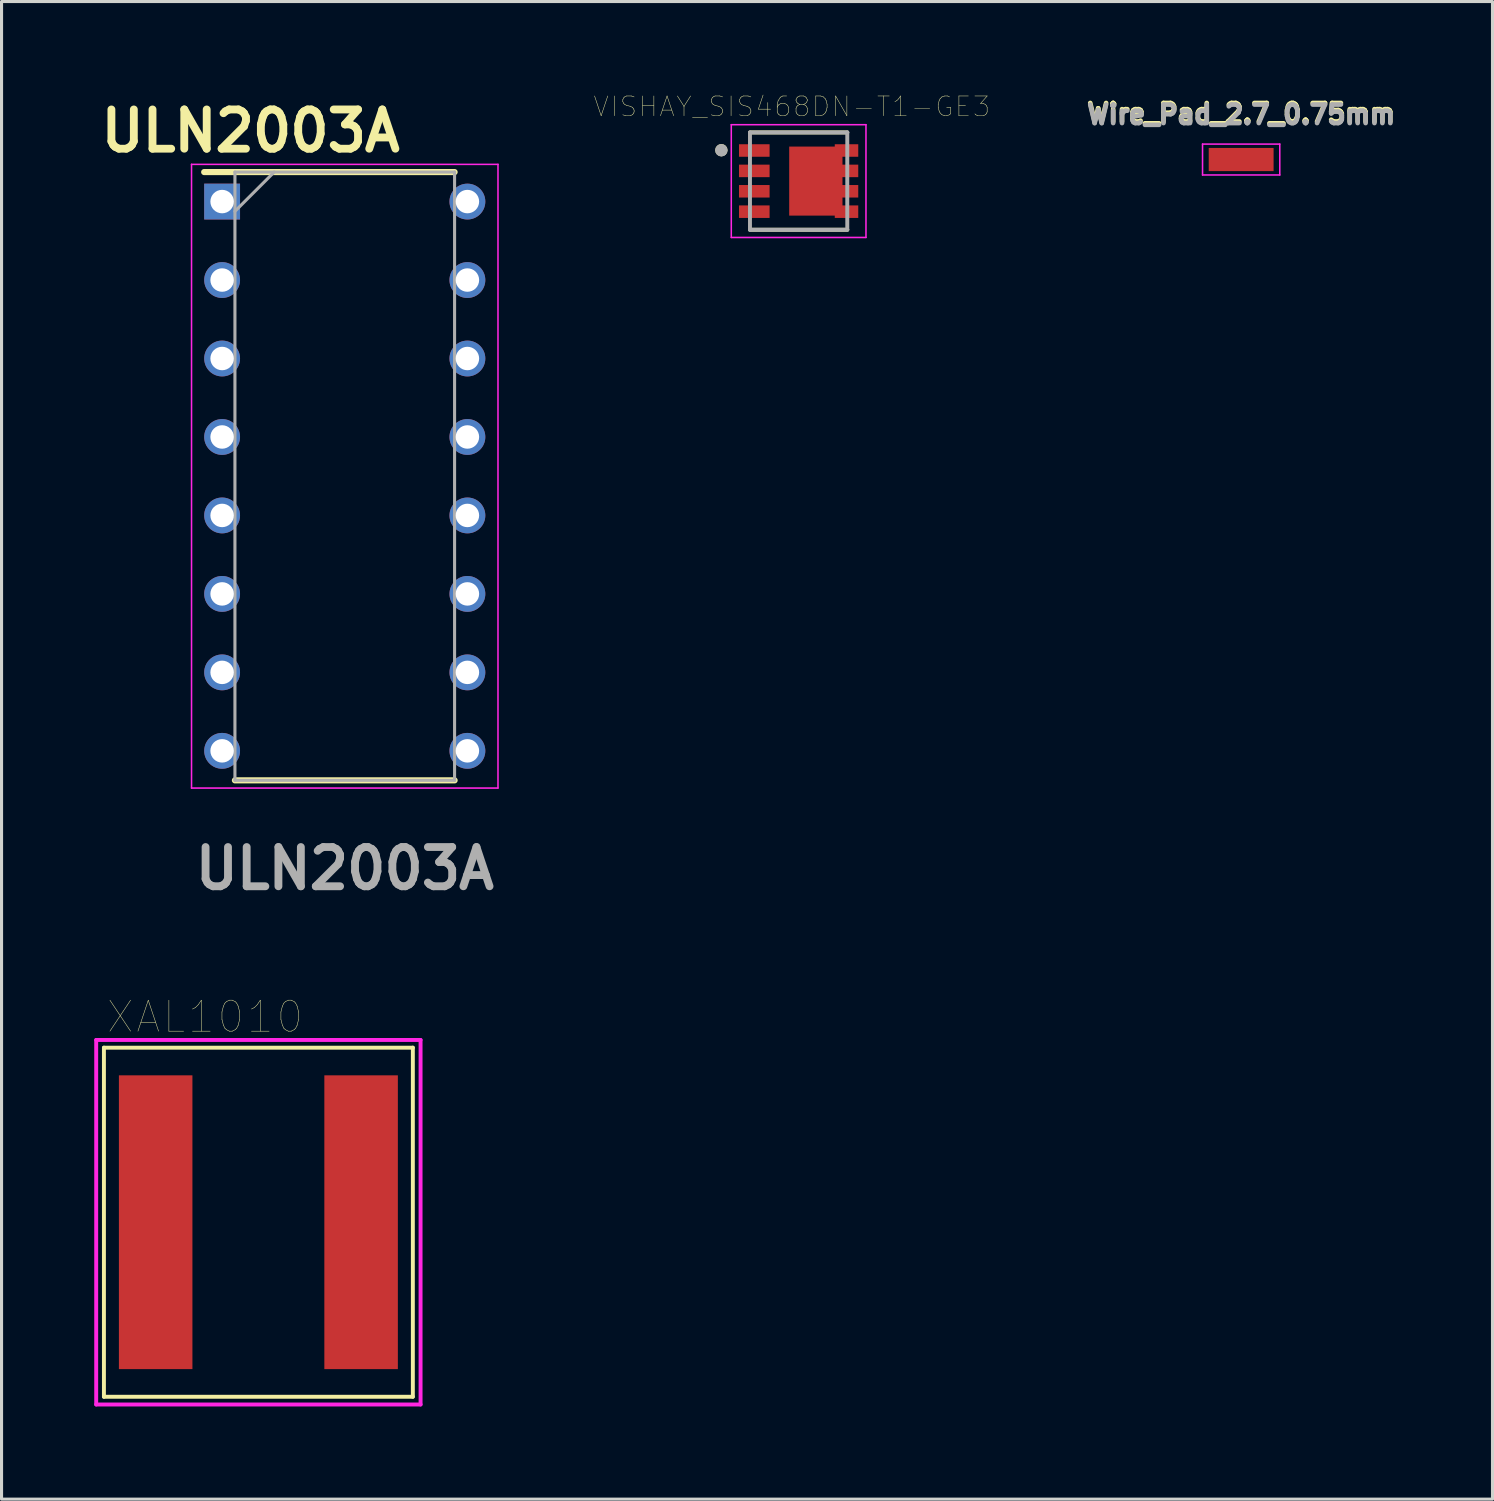
<source format=kicad_pcb>
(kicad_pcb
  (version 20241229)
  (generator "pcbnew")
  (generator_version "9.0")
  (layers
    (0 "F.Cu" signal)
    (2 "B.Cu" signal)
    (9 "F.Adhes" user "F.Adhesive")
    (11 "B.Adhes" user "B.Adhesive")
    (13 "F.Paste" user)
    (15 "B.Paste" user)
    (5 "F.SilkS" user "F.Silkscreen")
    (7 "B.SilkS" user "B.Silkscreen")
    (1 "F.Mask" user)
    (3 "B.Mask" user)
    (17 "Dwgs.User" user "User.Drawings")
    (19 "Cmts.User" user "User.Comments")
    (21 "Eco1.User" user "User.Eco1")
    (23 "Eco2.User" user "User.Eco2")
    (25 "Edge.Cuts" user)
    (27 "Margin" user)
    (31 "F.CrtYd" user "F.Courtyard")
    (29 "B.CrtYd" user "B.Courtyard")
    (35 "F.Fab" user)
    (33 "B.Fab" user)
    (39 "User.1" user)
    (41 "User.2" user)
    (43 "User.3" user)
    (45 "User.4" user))
  (footprint "ULN2003A"
    (layer "F.Cu")
    (at 8.11 12.365)
    (property "Reference" "ULN2003A" (at -3.048 -11.176 0) (layer "F.SilkS") (effects (font (size 1.27 1.27) (thickness 0.254))))
    (attr through_hole)
    (fp_line (start -4.55 -9.845) (end 3.555 -9.845) (stroke (width 0.2) (type solid)) (layer "F.SilkS"))
    (fp_line (start -3.555 9.845) (end 3.555 9.845) (stroke (width 0.2) (type solid)) (layer "F.SilkS"))
    (fp_line (start -4.96 -10.095) (end 4.96 -10.095) (stroke (width 0.05) (type solid)) (layer "F.CrtYd"))
    (fp_line (start -4.96 10.095) (end -4.96 -10.095) (stroke (width 0.05) (type solid)) (layer "F.CrtYd"))
    (fp_line (start 4.96 -10.095) (end 4.96 10.095) (stroke (width 0.05) (type solid)) (layer "F.CrtYd"))
    (fp_line (start 4.96 10.095) (end -4.96 10.095) (stroke (width 0.05) (type solid)) (layer "F.CrtYd"))
    (fp_line (start -3.555 -9.845) (end 3.555 -9.845) (stroke (width 0.1) (type solid)) (layer "F.Fab"))
    (fp_line (start -3.555 -8.575) (end -2.285 -9.845) (stroke (width 0.1) (type solid)) (layer "F.Fab"))
    (fp_line (start -3.555 9.845) (end -3.555 -9.845) (stroke (width 0.1) (type solid)) (layer "F.Fab"))
    (fp_line (start 3.555 -9.845) (end 3.555 9.845) (stroke (width 0.1) (type solid)) (layer "F.Fab"))
    (fp_line (start 3.555 9.845) (end -3.555 9.845) (stroke (width 0.1) (type solid)) (layer "F.Fab"))
    (fp_text user "${REFERENCE}" (at 0 12.7 0) (layer "F.Fab") (effects (font (size 1.27 1.27) (thickness 0.254))))
    (pad "1" thru_hole rect (at -3.97 -8.89) (size 1.16 1.16) (drill 0.76) (layers "*.Cu" "*.Mask"))
    (pad "2" thru_hole circle (at -3.97 -6.35) (size 1.16 1.16) (drill 0.76) (layers "*.Cu" "*.Mask"))
    (pad "3" thru_hole circle (at -3.97 -3.81) (size 1.16 1.16) (drill 0.76) (layers "*.Cu" "*.Mask"))
    (pad "4" thru_hole circle (at -3.97 -1.27) (size 1.16 1.16) (drill 0.76) (layers "*.Cu" "*.Mask"))
    (pad "5" thru_hole circle (at -3.97 1.27) (size 1.16 1.16) (drill 0.76) (layers "*.Cu" "*.Mask"))
    (pad "6" thru_hole circle (at -3.97 3.81) (size 1.16 1.16) (drill 0.76) (layers "*.Cu" "*.Mask"))
    (pad "7" thru_hole circle (at -3.97 6.35) (size 1.16 1.16) (drill 0.76) (layers "*.Cu" "*.Mask"))
    (pad "8" thru_hole circle (at -3.97 8.89) (size 1.16 1.16) (drill 0.76) (layers "*.Cu" "*.Mask"))
    (pad "9" thru_hole circle (at 3.97 8.89) (size 1.16 1.16) (drill 0.76) (layers "*.Cu" "*.Mask"))
    (pad "10" thru_hole circle (at 3.97 6.35) (size 1.16 1.16) (drill 0.76) (layers "*.Cu" "*.Mask"))
    (pad "11" thru_hole circle (at 3.97 3.81) (size 1.16 1.16) (drill 0.76) (layers "*.Cu" "*.Mask"))
    (pad "12" thru_hole circle (at 3.97 1.27) (size 1.16 1.16) (drill 0.76) (layers "*.Cu" "*.Mask"))
    (pad "13" thru_hole circle (at 3.97 -1.27) (size 1.16 1.16) (drill 0.76) (layers "*.Cu" "*.Mask"))
    (pad "14" thru_hole circle (at 3.97 -3.81) (size 1.16 1.16) (drill 0.76) (layers "*.Cu" "*.Mask"))
    (pad "15" thru_hole circle (at 3.97 -6.35) (size 1.16 1.16) (drill 0.76) (layers "*.Cu" "*.Mask"))
    (pad "16" thru_hole circle (at 3.97 -8.89) (size 1.16 1.16) (drill 0.76) (layers "*.Cu" "*.Mask")))
  (footprint "VISHAY_SIS468DN-T1-GE3"
    (layer "F.Cu")
    (at 22.802 2.812)
    (property "Reference" "VISHAY_SIS468DN-T1-GE3" (at -0.221 -2.411 0) (layer "F.SilkS") (effects (font (size 0.64 0.64) (thickness 0.015))))
    (attr through_hole)
    (fp_line (start -1.575 -1.575) (end 1.575 -1.575) (stroke (width 0.127) (type solid)) (layer "F.SilkS"))
    (fp_line (start -1.575 1.575) (end 1.575 1.575) (stroke (width 0.127) (type solid)) (layer "F.SilkS"))
    (fp_circle (center -2.5 -1) (end -2.4 -1) (stroke (width 0.2) (type solid)) (fill no) (layer "F.SilkS"))
    (fp_line (start -2.18 -1.825) (end 2.18 -1.825) (stroke (width 0.05) (type solid)) (layer "F.CrtYd"))
    (fp_line (start -2.18 1.825) (end -2.18 -1.825) (stroke (width 0.05) (type solid)) (layer "F.CrtYd"))
    (fp_line (start 2.18 -1.825) (end 2.18 1.825) (stroke (width 0.05) (type solid)) (layer "F.CrtYd"))
    (fp_line (start 2.18 1.825) (end -2.18 1.825) (stroke (width 0.05) (type solid)) (layer "F.CrtYd"))
    (fp_line (start -1.575 -1.575) (end 1.575 -1.575) (stroke (width 0.127) (type solid)) (layer "F.Fab"))
    (fp_line (start -1.575 1.575) (end -1.575 -1.575) (stroke (width 0.127) (type solid)) (layer "F.Fab"))
    (fp_line (start 1.575 -1.575) (end 1.575 1.575) (stroke (width 0.127) (type solid)) (layer "F.Fab"))
    (fp_line (start 1.575 1.575) (end -1.575 1.575) (stroke (width 0.127) (type solid)) (layer "F.Fab"))
    (fp_circle (center -2.502 -0.997) (end -2.402 -0.997) (stroke (width 0.2) (type solid)) (fill no) (layer "F.Fab"))
    (pad "1" smd rect (at -1.435 -0.99) (size 0.99 0.405) (layers "F.Cu" "F.Mask" "F.Paste"))
    (pad "2" smd rect (at -1.435 -0.33) (size 0.99 0.405) (layers "F.Cu" "F.Mask" "F.Paste"))
    (pad "3" smd rect (at -1.435 0.33) (size 0.99 0.405) (layers "F.Cu" "F.Mask" "F.Paste"))
    (pad "4" smd rect (at -1.435 0.99) (size 0.99 0.405) (layers "F.Cu" "F.Mask" "F.Paste"))
    (pad "5" smd rect (at 1.55 0.99) (size 0.76 0.405) (layers "F.Cu" "F.Mask" "F.Paste"))
    (pad "6" smd rect (at 1.55 0.33) (size 0.76 0.405) (layers "F.Cu" "F.Mask" "F.Paste"))
    (pad "7" smd rect (at 1.55 -0.33) (size 0.76 0.405) (layers "F.Cu" "F.Mask" "F.Paste"))
    (pad "8" smd rect (at 1.55 -0.99) (size 0.76 0.405) (layers "F.Cu" "F.Mask" "F.Paste"))
    (pad "9" smd rect (at 0.557 0) (size 1.725 2.235) (layers "F.Cu" "F.Mask" "F.Paste")))
  (footprint "Wire_Pad_2.7_0.75mm"
    (layer "F.Cu")
    (at 37.127 2.114)
    (property "Reference" "Wire_Pad_2.7_0.75mm" (at 0 -1.5 0) (layer "F.SilkS") (effects (font (size 0.6 0.6) (thickness 0.15))))
    (attr exclude_from_pos_files exclude_from_bom)
    (fp_line (start -1.25 -0.5) (end -1.25 0.5) (stroke (width 0.05) (type solid)) (layer "F.CrtYd"))
    (fp_line (start -1.25 -0.5) (end 1.25 -0.5) (stroke (width 0.05) (type solid)) (layer "F.CrtYd"))
    (fp_line (start 1.25 0.5) (end -1.25 0.5) (stroke (width 0.05) (type solid)) (layer "F.CrtYd"))
    (fp_line (start 1.25 0.5) (end 1.25 -0.5) (stroke (width 0.05) (type solid)) (layer "F.CrtYd"))
    (fp_text user "${REFERENCE}" (at 0 -1.45 0) (layer "F.Fab") (effects (font (size 0.6 0.6) (thickness 0.15))))
    (pad "1" smd rect (at 0 0) (size 2.1 0.75) (layers "F.Cu" "F.Mask" "F.Paste")))
  (footprint "XAL1010"
    (layer "F.Cu")
    (at 5.314 36.514)
    (property "Reference" "XAL1010" (at -1.728 -6.648 0) (layer "F.SilkS") (effects (font (size 1.002 1.002) (thickness 0.015))))
    (attr through_hole)
    (fp_line (start -5 -5.65) (end -5 5.65) (stroke (width 0.127) (type solid)) (layer "F.SilkS"))
    (fp_line (start -5 5.65) (end 5 5.65) (stroke (width 0.127) (type solid)) (layer "F.SilkS"))
    (fp_line (start 5 -5.65) (end -5 -5.65) (stroke (width 0.127) (type solid)) (layer "F.SilkS"))
    (fp_line (start 5 5.65) (end 5 -5.65) (stroke (width 0.127) (type solid)) (layer "F.SilkS"))
    (fp_line (start -5.25 -5.9) (end -5.25 5.9) (stroke (width 0.127) (type solid)) (layer "F.CrtYd"))
    (fp_line (start -5.25 5.9) (end 5.25 5.9) (stroke (width 0.127) (type solid)) (layer "F.CrtYd"))
    (fp_line (start 5.25 -5.9) (end -5.25 -5.9) (stroke (width 0.127) (type solid)) (layer "F.CrtYd"))
    (fp_line (start 5.25 5.9) (end 5.25 -5.9) (stroke (width 0.127) (type solid)) (layer "F.CrtYd"))
    (pad "1" smd rect (at -3.325 0) (size 2.38 9.51) (layers "F.Cu" "F.Mask" "F.Paste"))
    (pad "2" smd rect (at 3.325 0) (size 2.38 9.51) (layers "F.Cu" "F.Mask" "F.Paste")))
  (gr_rect
    (start -3 -3)
    (end 45.263 45.478)
    (stroke (width 0.1) (type default))
    (fill no)
    (layer "Edge.Cuts")))
</source>
